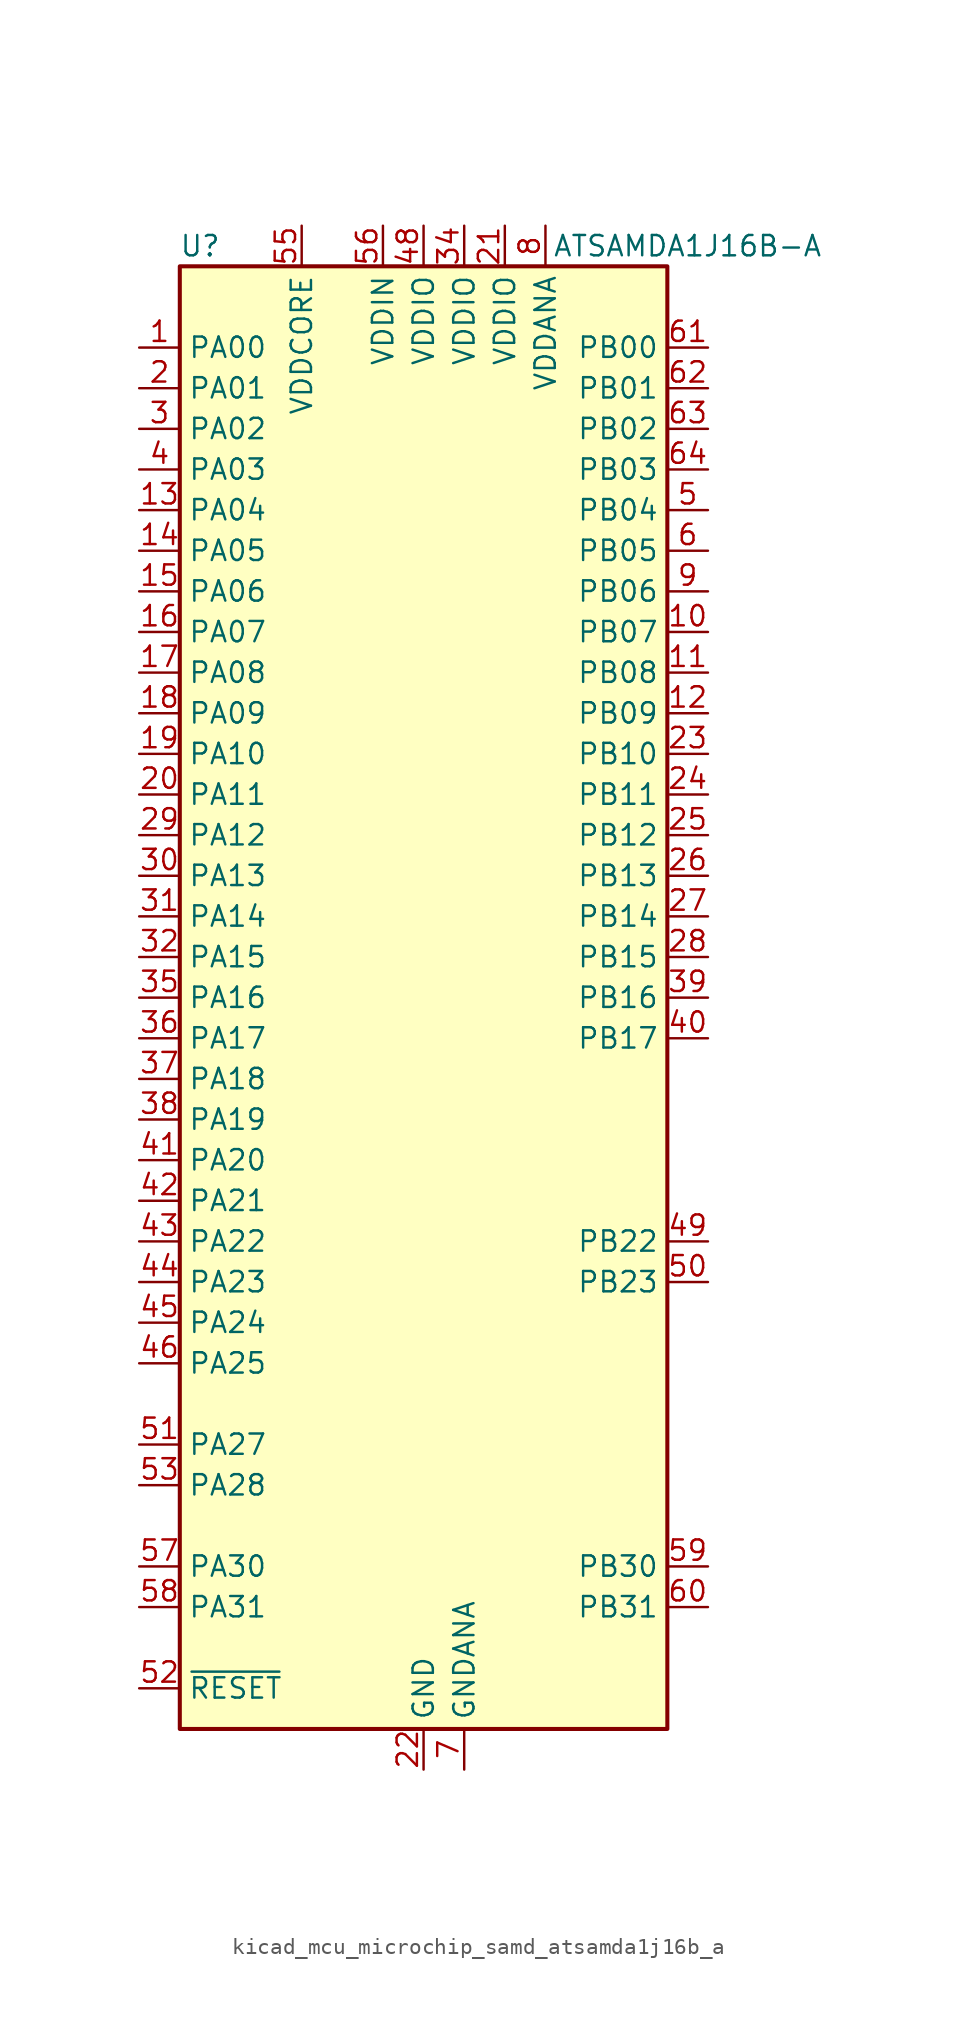
<source format=kicad_sym>
(kicad_symbol_lib
  (version 20220914)
  (generator kicad_symbol_editor)
  (symbol "kicad_mcu_microchip_samd_atsamda1j16b_a"
    (property "Reference" "U"
      (at -13.97 46.99 0)
      (effects (font (size 1.27 1.27))))
    (property "Value" "ATSAMDA1J16B-A"
      (at 16.51 46.99 0)
      (effects (font (size 1.27 1.27))))
    (symbol "kicad_mcu_microchip_samd_atsamda1j16b_a_0_1"
      (rectangle (start -15.24 45.72) (end 15.24 -45.72) (stroke (width 0.254) (type default)) (fill (type background))))
    (symbol "kicad_mcu_microchip_samd_atsamda1j16b_a_1_1"
      (pin bidirectional line (at -17.78 40.64 0) (length 2.54) (name "PA00" (effects (font (size 1.27 1.27)))) (number "1" (effects (font (size 1.27 1.27)))))
      (pin bidirectional line (at 17.78 22.86 180) (length 2.54) (name "PB07" (effects (font (size 1.27 1.27)))) (number "10" (effects (font (size 1.27 1.27)))))
      (pin bidirectional line (at 17.78 20.32 180) (length 2.54) (name "PB08" (effects (font (size 1.27 1.27)))) (number "11" (effects (font (size 1.27 1.27)))))
      (pin bidirectional line (at 17.78 17.78 180) (length 2.54) (name "PB09" (effects (font (size 1.27 1.27)))) (number "12" (effects (font (size 1.27 1.27)))))
      (pin bidirectional line (at -17.78 30.48 0) (length 2.54) (name "PA04" (effects (font (size 1.27 1.27)))) (number "13" (effects (font (size 1.27 1.27)))))
      (pin bidirectional line (at -17.78 27.94 0) (length 2.54) (name "PA05" (effects (font (size 1.27 1.27)))) (number "14" (effects (font (size 1.27 1.27)))))
      (pin bidirectional line (at -17.78 25.4 0) (length 2.54) (name "PA06" (effects (font (size 1.27 1.27)))) (number "15" (effects (font (size 1.27 1.27)))))
      (pin bidirectional line (at -17.78 22.86 0) (length 2.54) (name "PA07" (effects (font (size 1.27 1.27)))) (number "16" (effects (font (size 1.27 1.27)))))
      (pin bidirectional line (at -17.78 20.32 0) (length 2.54) (name "PA08" (effects (font (size 1.27 1.27)))) (number "17" (effects (font (size 1.27 1.27)))))
      (pin bidirectional line (at -17.78 17.78 0) (length 2.54) (name "PA09" (effects (font (size 1.27 1.27)))) (number "18" (effects (font (size 1.27 1.27)))))
      (pin bidirectional line (at -17.78 15.24 0) (length 2.54) (name "PA10" (effects (font (size 1.27 1.27)))) (number "19" (effects (font (size 1.27 1.27)))))
      (pin bidirectional line (at -17.78 38.1 0) (length 2.54) (name "PA01" (effects (font (size 1.27 1.27)))) (number "2" (effects (font (size 1.27 1.27)))))
      (pin bidirectional line (at -17.78 12.7 0) (length 2.54) (name "PA11" (effects (font (size 1.27 1.27)))) (number "20" (effects (font (size 1.27 1.27)))))
      (pin power_in line (at 5.08 48.26 270) (length 2.54) (name "VDDIO" (effects (font (size 1.27 1.27)))) (number "21" (effects (font (size 1.27 1.27)))))
      (pin power_in line (at 0 -48.26 90) (length 2.54) (name "GND" (effects (font (size 1.27 1.27)))) (number "22" (effects (font (size 1.27 1.27)))))
      (pin bidirectional line (at 17.78 15.24 180) (length 2.54) (name "PB10" (effects (font (size 1.27 1.27)))) (number "23" (effects (font (size 1.27 1.27)))))
      (pin bidirectional line (at 17.78 12.7 180) (length 2.54) (name "PB11" (effects (font (size 1.27 1.27)))) (number "24" (effects (font (size 1.27 1.27)))))
      (pin bidirectional line (at 17.78 10.16 180) (length 2.54) (name "PB12" (effects (font (size 1.27 1.27)))) (number "25" (effects (font (size 1.27 1.27)))))
      (pin bidirectional line (at 17.78 7.62 180) (length 2.54) (name "PB13" (effects (font (size 1.27 1.27)))) (number "26" (effects (font (size 1.27 1.27)))))
      (pin bidirectional line (at 17.78 5.08 180) (length 2.54) (name "PB14" (effects (font (size 1.27 1.27)))) (number "27" (effects (font (size 1.27 1.27)))))
      (pin bidirectional line (at 17.78 2.54 180) (length 2.54) (name "PB15" (effects (font (size 1.27 1.27)))) (number "28" (effects (font (size 1.27 1.27)))))
      (pin bidirectional line (at -17.78 10.16 0) (length 2.54) (name "PA12" (effects (font (size 1.27 1.27)))) (number "29" (effects (font (size 1.27 1.27)))))
      (pin bidirectional line (at -17.78 35.56 0) (length 2.54) (name "PA02" (effects (font (size 1.27 1.27)))) (number "3" (effects (font (size 1.27 1.27)))))
      (pin bidirectional line (at -17.78 7.62 0) (length 2.54) (name "PA13" (effects (font (size 1.27 1.27)))) (number "30" (effects (font (size 1.27 1.27)))))
      (pin bidirectional line (at -17.78 5.08 0) (length 2.54) (name "PA14" (effects (font (size 1.27 1.27)))) (number "31" (effects (font (size 1.27 1.27)))))
      (pin bidirectional line (at -17.78 2.54 0) (length 2.54) (name "PA15" (effects (font (size 1.27 1.27)))) (number "32" (effects (font (size 1.27 1.27)))))
      (pin passive line (at 0 -48.26 90) (length 2.54) hide (name "GND" (effects (font (size 1.27 1.27)))) (number "33" (effects (font (size 1.27 1.27)))))
      (pin power_in line (at 2.54 48.26 270) (length 2.54) (name "VDDIO" (effects (font (size 1.27 1.27)))) (number "34" (effects (font (size 1.27 1.27)))))
      (pin bidirectional line (at -17.78 0 0) (length 2.54) (name "PA16" (effects (font (size 1.27 1.27)))) (number "35" (effects (font (size 1.27 1.27)))))
      (pin bidirectional line (at -17.78 -2.54 0) (length 2.54) (name "PA17" (effects (font (size 1.27 1.27)))) (number "36" (effects (font (size 1.27 1.27)))))
      (pin bidirectional line (at -17.78 -5.08 0) (length 2.54) (name "PA18" (effects (font (size 1.27 1.27)))) (number "37" (effects (font (size 1.27 1.27)))))
      (pin bidirectional line (at -17.78 -7.62 0) (length 2.54) (name "PA19" (effects (font (size 1.27 1.27)))) (number "38" (effects (font (size 1.27 1.27)))))
      (pin bidirectional line (at 17.78 0 180) (length 2.54) (name "PB16" (effects (font (size 1.27 1.27)))) (number "39" (effects (font (size 1.27 1.27)))))
      (pin bidirectional line (at -17.78 33.02 0) (length 2.54) (name "PA03" (effects (font (size 1.27 1.27)))) (number "4" (effects (font (size 1.27 1.27)))))
      (pin bidirectional line (at 17.78 -2.54 180) (length 2.54) (name "PB17" (effects (font (size 1.27 1.27)))) (number "40" (effects (font (size 1.27 1.27)))))
      (pin bidirectional line (at -17.78 -10.16 0) (length 2.54) (name "PA20" (effects (font (size 1.27 1.27)))) (number "41" (effects (font (size 1.27 1.27)))))
      (pin bidirectional line (at -17.78 -12.7 0) (length 2.54) (name "PA21" (effects (font (size 1.27 1.27)))) (number "42" (effects (font (size 1.27 1.27)))))
      (pin bidirectional line (at -17.78 -15.24 0) (length 2.54) (name "PA22" (effects (font (size 1.27 1.27)))) (number "43" (effects (font (size 1.27 1.27)))))
      (pin bidirectional line (at -17.78 -17.78 0) (length 2.54) (name "PA23" (effects (font (size 1.27 1.27)))) (number "44" (effects (font (size 1.27 1.27)))))
      (pin bidirectional line (at -17.78 -20.32 0) (length 2.54) (name "PA24" (effects (font (size 1.27 1.27)))) (number "45" (effects (font (size 1.27 1.27)))))
      (pin bidirectional line (at -17.78 -22.86 0) (length 2.54) (name "PA25" (effects (font (size 1.27 1.27)))) (number "46" (effects (font (size 1.27 1.27)))))
      (pin passive line (at 0 -48.26 90) (length 2.54) hide (name "GND" (effects (font (size 1.27 1.27)))) (number "47" (effects (font (size 1.27 1.27)))))
      (pin power_in line (at 0 48.26 270) (length 2.54) (name "VDDIO" (effects (font (size 1.27 1.27)))) (number "48" (effects (font (size 1.27 1.27)))))
      (pin bidirectional line (at 17.78 -15.24 180) (length 2.54) (name "PB22" (effects (font (size 1.27 1.27)))) (number "49" (effects (font (size 1.27 1.27)))))
      (pin bidirectional line (at 17.78 30.48 180) (length 2.54) (name "PB04" (effects (font (size 1.27 1.27)))) (number "5" (effects (font (size 1.27 1.27)))))
      (pin bidirectional line (at 17.78 -17.78 180) (length 2.54) (name "PB23" (effects (font (size 1.27 1.27)))) (number "50" (effects (font (size 1.27 1.27)))))
      (pin bidirectional line (at -17.78 -27.94 0) (length 2.54) (name "PA27" (effects (font (size 1.27 1.27)))) (number "51" (effects (font (size 1.27 1.27)))))
      (pin input line (at -17.78 -43.18 0) (length 2.54) (name "~{RESET}" (effects (font (size 1.27 1.27)))) (number "52" (effects (font (size 1.27 1.27)))))
      (pin bidirectional line (at -17.78 -30.48 0) (length 2.54) (name "PA28" (effects (font (size 1.27 1.27)))) (number "53" (effects (font (size 1.27 1.27)))))
      (pin passive line (at 0 -48.26 90) (length 2.54) hide (name "GND" (effects (font (size 1.27 1.27)))) (number "54" (effects (font (size 1.27 1.27)))))
      (pin power_out line (at -7.62 48.26 270) (length 2.54) (name "VDDCORE" (effects (font (size 1.27 1.27)))) (number "55" (effects (font (size 1.27 1.27)))))
      (pin power_in line (at -2.54 48.26 270) (length 2.54) (name "VDDIN" (effects (font (size 1.27 1.27)))) (number "56" (effects (font (size 1.27 1.27)))))
      (pin bidirectional line (at -17.78 -35.56 0) (length 2.54) (name "PA30" (effects (font (size 1.27 1.27)))) (number "57" (effects (font (size 1.27 1.27)))))
      (pin bidirectional line (at -17.78 -38.1 0) (length 2.54) (name "PA31" (effects (font (size 1.27 1.27)))) (number "58" (effects (font (size 1.27 1.27)))))
      (pin bidirectional line (at 17.78 -35.56 180) (length 2.54) (name "PB30" (effects (font (size 1.27 1.27)))) (number "59" (effects (font (size 1.27 1.27)))))
      (pin bidirectional line (at 17.78 27.94 180) (length 2.54) (name "PB05" (effects (font (size 1.27 1.27)))) (number "6" (effects (font (size 1.27 1.27)))))
      (pin bidirectional line (at 17.78 -38.1 180) (length 2.54) (name "PB31" (effects (font (size 1.27 1.27)))) (number "60" (effects (font (size 1.27 1.27)))))
      (pin bidirectional line (at 17.78 40.64 180) (length 2.54) (name "PB00" (effects (font (size 1.27 1.27)))) (number "61" (effects (font (size 1.27 1.27)))))
      (pin bidirectional line (at 17.78 38.1 180) (length 2.54) (name "PB01" (effects (font (size 1.27 1.27)))) (number "62" (effects (font (size 1.27 1.27)))))
      (pin bidirectional line (at 17.78 35.56 180) (length 2.54) (name "PB02" (effects (font (size 1.27 1.27)))) (number "63" (effects (font (size 1.27 1.27)))))
      (pin bidirectional line (at 17.78 33.02 180) (length 2.54) (name "PB03" (effects (font (size 1.27 1.27)))) (number "64" (effects (font (size 1.27 1.27)))))
      (pin power_in line (at 2.54 -48.26 90) (length 2.54) (name "GNDANA" (effects (font (size 1.27 1.27)))) (number "7" (effects (font (size 1.27 1.27)))))
      (pin power_in line (at 7.62 48.26 270) (length 2.54) (name "VDDANA" (effects (font (size 1.27 1.27)))) (number "8" (effects (font (size 1.27 1.27)))))
      (pin bidirectional line (at 17.78 25.4 180) (length 2.54) (name "PB06" (effects (font (size 1.27 1.27)))) (number "9" (effects (font (size 1.27 1.27))))))))
</source>
